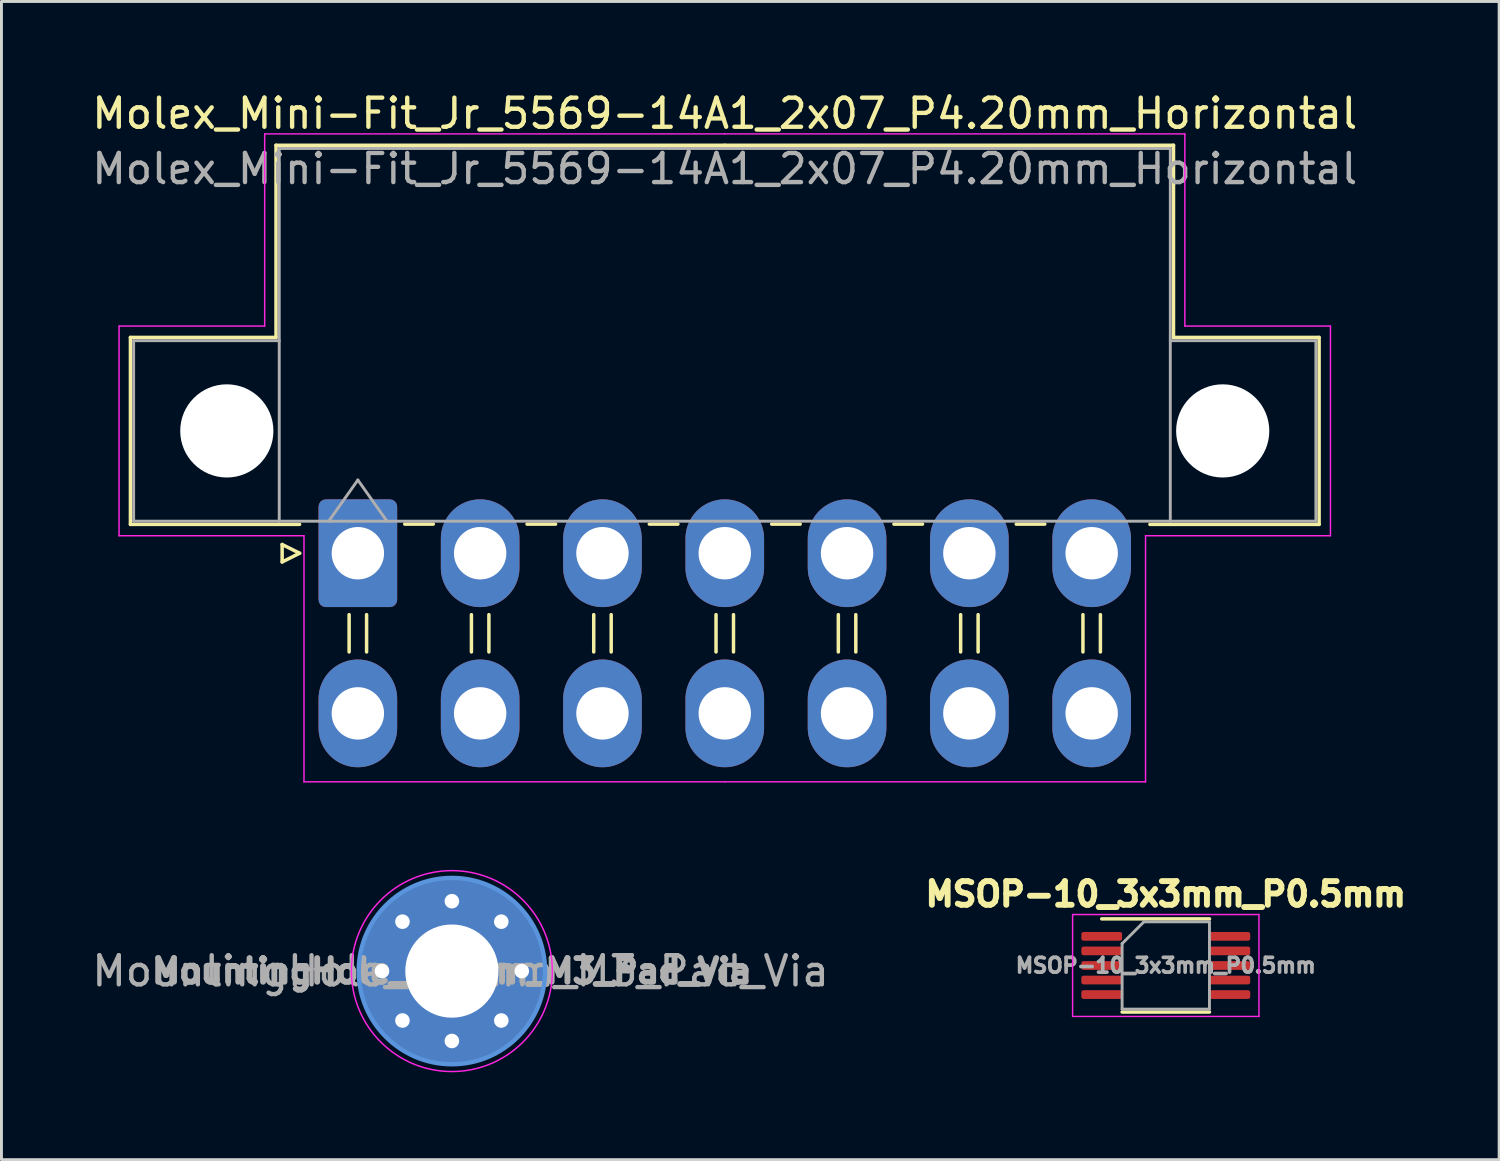
<source format=kicad_pcb>
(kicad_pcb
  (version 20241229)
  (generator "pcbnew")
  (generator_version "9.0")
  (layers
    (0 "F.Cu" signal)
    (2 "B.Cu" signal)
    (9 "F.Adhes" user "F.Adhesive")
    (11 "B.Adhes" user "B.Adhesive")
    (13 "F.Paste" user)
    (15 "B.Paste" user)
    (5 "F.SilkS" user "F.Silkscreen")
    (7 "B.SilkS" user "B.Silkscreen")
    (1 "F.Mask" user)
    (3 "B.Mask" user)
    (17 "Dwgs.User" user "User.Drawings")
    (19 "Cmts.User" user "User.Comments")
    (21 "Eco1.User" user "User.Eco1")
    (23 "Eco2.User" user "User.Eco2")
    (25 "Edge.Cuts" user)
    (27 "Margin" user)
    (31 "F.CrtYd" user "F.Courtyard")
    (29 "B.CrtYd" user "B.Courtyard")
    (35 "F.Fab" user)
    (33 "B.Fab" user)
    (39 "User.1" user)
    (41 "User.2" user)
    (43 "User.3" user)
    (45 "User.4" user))
  (footprint "Molex_Mini-Fit_Jr_5569-14A1_2x07_P4.20mm_Horizontal"
    (layer "F.Cu")
    (at 21.839 15.948)
    (property "Reference" "Molex_Mini-Fit_Jr_5569-14A1_2x07_P4.20mm_Horizontal" (at 0 -15.1 0) (layer "F.SilkS") (effects (font (size 1 1) (thickness 0.15))))
    (attr through_hole)
    (fp_line (start -20.41 -7.41) (end -20.41 -0.99) (stroke (width 0.12) (type solid)) (layer "F.SilkS"))
    (fp_line (start -20.41 -0.99) (end -14.6 -0.99) (stroke (width 0.12) (type solid)) (layer "F.SilkS"))
    (fp_line (start -15.41 -14.01) (end -15.41 -7.41) (stroke (width 0.12) (type solid)) (layer "F.SilkS"))
    (fp_line (start -15.41 -7.41) (end -20.41 -7.41) (stroke (width 0.12) (type solid)) (layer "F.SilkS"))
    (fp_line (start -15.2 -0.3) (end -14.6 0) (stroke (width 0.12) (type solid)) (layer "F.SilkS"))
    (fp_line (start -15.2 0.3) (end -15.2 -0.3) (stroke (width 0.12) (type solid)) (layer "F.SilkS"))
    (fp_line (start -14.6 0) (end -15.2 0.3) (stroke (width 0.12) (type solid)) (layer "F.SilkS"))
    (fp_line (start -12.9 2.11) (end -12.9 3.39) (stroke (width 0.12) (type solid)) (layer "F.SilkS"))
    (fp_line (start -12.3 2.11) (end -12.3 3.39) (stroke (width 0.12) (type solid)) (layer "F.SilkS"))
    (fp_line (start -10.99 -1) (end -10.01 -1) (stroke (width 0.12) (type solid)) (layer "F.SilkS"))
    (fp_line (start -8.7 2.11) (end -8.7 3.39) (stroke (width 0.12) (type solid)) (layer "F.SilkS"))
    (fp_line (start -8.1 2.11) (end -8.1 3.39) (stroke (width 0.12) (type solid)) (layer "F.SilkS"))
    (fp_line (start -6.79 -1) (end -5.81 -1) (stroke (width 0.12) (type solid)) (layer "F.SilkS"))
    (fp_line (start -4.5 2.11) (end -4.5 3.39) (stroke (width 0.12) (type solid)) (layer "F.SilkS"))
    (fp_line (start -3.9 2.11) (end -3.9 3.39) (stroke (width 0.12) (type solid)) (layer "F.SilkS"))
    (fp_line (start -2.59 -1) (end -1.61 -1) (stroke (width 0.12) (type solid)) (layer "F.SilkS"))
    (fp_line (start -0.3 2.11) (end -0.3 3.39) (stroke (width 0.12) (type solid)) (layer "F.SilkS"))
    (fp_line (start 0 -14.01) (end -15.41 -14.01) (stroke (width 0.12) (type solid)) (layer "F.SilkS"))
    (fp_line (start 0 -14.01) (end 15.41 -14.01) (stroke (width 0.12) (type solid)) (layer "F.SilkS"))
    (fp_line (start 0.3 2.11) (end 0.3 3.39) (stroke (width 0.12) (type solid)) (layer "F.SilkS"))
    (fp_line (start 1.61 -1) (end 2.59 -1) (stroke (width 0.12) (type solid)) (layer "F.SilkS"))
    (fp_line (start 3.9 2.11) (end 3.9 3.39) (stroke (width 0.12) (type solid)) (layer "F.SilkS"))
    (fp_line (start 4.5 2.11) (end 4.5 3.39) (stroke (width 0.12) (type solid)) (layer "F.SilkS"))
    (fp_line (start 5.81 -1) (end 6.79 -1) (stroke (width 0.12) (type solid)) (layer "F.SilkS"))
    (fp_line (start 8.1 2.11) (end 8.1 3.39) (stroke (width 0.12) (type solid)) (layer "F.SilkS"))
    (fp_line (start 8.7 2.11) (end 8.7 3.39) (stroke (width 0.12) (type solid)) (layer "F.SilkS"))
    (fp_line (start 10.01 -1) (end 10.99 -1) (stroke (width 0.12) (type solid)) (layer "F.SilkS"))
    (fp_line (start 12.3 2.11) (end 12.3 3.39) (stroke (width 0.12) (type solid)) (layer "F.SilkS"))
    (fp_line (start 12.9 2.11) (end 12.9 3.39) (stroke (width 0.12) (type solid)) (layer "F.SilkS"))
    (fp_line (start 15.41 -14.01) (end 15.41 -7.41) (stroke (width 0.12) (type solid)) (layer "F.SilkS"))
    (fp_line (start 15.41 -7.41) (end 20.41 -7.41) (stroke (width 0.12) (type solid)) (layer "F.SilkS"))
    (fp_line (start 20.41 -7.41) (end 20.41 -0.99) (stroke (width 0.12) (type solid)) (layer "F.SilkS"))
    (fp_line (start 20.41 -0.99) (end 14.6 -0.99) (stroke (width 0.12) (type solid)) (layer "F.SilkS"))
    (fp_line (start -20.8 -7.8) (end -20.8 -0.6) (stroke (width 0.05) (type solid)) (layer "F.CrtYd"))
    (fp_line (start -20.8 -0.6) (end -14.45 -0.6) (stroke (width 0.05) (type solid)) (layer "F.CrtYd"))
    (fp_line (start -15.8 -14.4) (end -15.8 -7.8) (stroke (width 0.05) (type solid)) (layer "F.CrtYd"))
    (fp_line (start -15.8 -7.8) (end -20.8 -7.8) (stroke (width 0.05) (type solid)) (layer "F.CrtYd"))
    (fp_line (start -14.45 -0.6) (end -14.45 7.85) (stroke (width 0.05) (type solid)) (layer "F.CrtYd"))
    (fp_line (start -14.45 7.85) (end 0 7.85) (stroke (width 0.05) (type solid)) (layer "F.CrtYd"))
    (fp_line (start 0 -14.4) (end -15.8 -14.4) (stroke (width 0.05) (type solid)) (layer "F.CrtYd"))
    (fp_line (start 0 -14.4) (end 15.8 -14.4) (stroke (width 0.05) (type solid)) (layer "F.CrtYd"))
    (fp_line (start 14.45 -0.6) (end 14.45 7.85) (stroke (width 0.05) (type solid)) (layer "F.CrtYd"))
    (fp_line (start 14.45 7.85) (end 0 7.85) (stroke (width 0.05) (type solid)) (layer "F.CrtYd"))
    (fp_line (start 15.8 -14.4) (end 15.8 -7.8) (stroke (width 0.05) (type solid)) (layer "F.CrtYd"))
    (fp_line (start 15.8 -7.8) (end 20.8 -7.8) (stroke (width 0.05) (type solid)) (layer "F.CrtYd"))
    (fp_line (start 20.8 -7.8) (end 20.8 -0.6) (stroke (width 0.05) (type solid)) (layer "F.CrtYd"))
    (fp_line (start 20.8 -0.6) (end 14.45 -0.6) (stroke (width 0.05) (type solid)) (layer "F.CrtYd"))
    (fp_line (start -20.3 -7.3) (end -20.3 -1.1) (stroke (width 0.1) (type solid)) (layer "F.Fab"))
    (fp_line (start -20.3 -1.1) (end -15.3 -1.1) (stroke (width 0.1) (type solid)) (layer "F.Fab"))
    (fp_line (start -15.3 -13.9) (end -15.3 -1.1) (stroke (width 0.1) (type solid)) (layer "F.Fab"))
    (fp_line (start -15.3 -7.3) (end -20.3 -7.3) (stroke (width 0.1) (type solid)) (layer "F.Fab"))
    (fp_line (start -15.3 -1.1) (end 15.3 -1.1) (stroke (width 0.1) (type solid)) (layer "F.Fab"))
    (fp_line (start -13.6 -1.1) (end -12.6 -2.514) (stroke (width 0.1) (type solid)) (layer "F.Fab"))
    (fp_line (start -12.6 -2.514) (end -11.6 -1.1) (stroke (width 0.1) (type solid)) (layer "F.Fab"))
    (fp_line (start 15.3 -13.9) (end -15.3 -13.9) (stroke (width 0.1) (type solid)) (layer "F.Fab"))
    (fp_line (start 15.3 -7.3) (end 20.3 -7.3) (stroke (width 0.1) (type solid)) (layer "F.Fab"))
    (fp_line (start 15.3 -1.1) (end 15.3 -13.9) (stroke (width 0.1) (type solid)) (layer "F.Fab"))
    (fp_line (start 20.3 -7.3) (end 20.3 -1.1) (stroke (width 0.1) (type solid)) (layer "F.Fab"))
    (fp_line (start 20.3 -1.1) (end 15.3 -1.1) (stroke (width 0.1) (type solid)) (layer "F.Fab"))
    (fp_text user "${REFERENCE}" (at 0 -13.2 0) (layer "F.Fab") (effects (font (size 1 1) (thickness 0.15))))
    (pad "" np_thru_hole circle (at -17.1 -4.2) (size 3.2 3.2) (drill 3.2) (layers "*.Cu" "*.Mask"))
    (pad "" np_thru_hole circle (at 17.1 -4.2) (size 3.2 3.2) (drill 3.2) (layers "*.Cu" "*.Mask"))
    (pad "1" thru_hole roundrect (at -12.6 0) (size 2.7 3.7) (drill 1.8) (layers "*.Cu" "*.Mask") (roundrect_rratio 0.093))
    (pad "2" thru_hole oval (at -8.4 0) (size 2.7 3.7) (drill 1.8) (layers "*.Cu" "*.Mask"))
    (pad "3" thru_hole oval (at -4.2 0) (size 2.7 3.7) (drill 1.8) (layers "*.Cu" "*.Mask"))
    (pad "4" thru_hole oval (at 0 0) (size 2.7 3.7) (drill 1.8) (layers "*.Cu" "*.Mask"))
    (pad "5" thru_hole oval (at 4.2 0) (size 2.7 3.7) (drill 1.8) (layers "*.Cu" "*.Mask"))
    (pad "6" thru_hole oval (at 8.4 0) (size 2.7 3.7) (drill 1.8) (layers "*.Cu" "*.Mask"))
    (pad "7" thru_hole oval (at 12.6 0) (size 2.7 3.7) (drill 1.8) (layers "*.Cu" "*.Mask"))
    (pad "8" thru_hole oval (at -12.6 5.5) (size 2.7 3.7) (drill 1.8) (layers "*.Cu" "*.Mask"))
    (pad "9" thru_hole oval (at -8.4 5.5) (size 2.7 3.7) (drill 1.8) (layers "*.Cu" "*.Mask"))
    (pad "10" thru_hole oval (at -4.2 5.5) (size 2.7 3.7) (drill 1.8) (layers "*.Cu" "*.Mask"))
    (pad "11" thru_hole oval (at 0 5.5) (size 2.7 3.7) (drill 1.8) (layers "*.Cu" "*.Mask"))
    (pad "12" thru_hole oval (at 4.2 5.5) (size 2.7 3.7) (drill 1.8) (layers "*.Cu" "*.Mask"))
    (pad "13" thru_hole oval (at 8.4 5.5) (size 2.7 3.7) (drill 1.8) (layers "*.Cu" "*.Mask"))
    (pad "14" thru_hole oval (at 12.6 5.5) (size 2.7 3.7) (drill 1.8) (layers "*.Cu" "*.Mask")))
  (footprint "MSOP-10_3x3mm_P0.5mm"
    (layer "F.Cu")
    (at 36.984 30.105)
    (property "Reference" "MSOP-10_3x3mm_P0.5mm" (at 0 -2.45 0) (layer "F.SilkS") (effects (font (size 0.813 0.813) (thickness 0.203) (bold yes))))
    (attr smd)
    (fp_line (start 1.5 -1.6) (end -2.2 -1.6) (stroke (width 0.12) (type solid)) (layer "F.SilkS"))
    (fp_line (start 1.5 1.6) (end -1.5 1.6) (stroke (width 0.12) (type solid)) (layer "F.SilkS"))
    (fp_line (start -3.2 -1.75) (end -3.2 1.75) (stroke (width 0.05) (type solid)) (layer "F.CrtYd"))
    (fp_line (start -3.2 1.75) (end 3.2 1.75) (stroke (width 0.05) (type solid)) (layer "F.CrtYd"))
    (fp_line (start 3.2 -1.75) (end -3.2 -1.75) (stroke (width 0.05) (type solid)) (layer "F.CrtYd"))
    (fp_line (start 3.2 1.75) (end 3.2 -1.75) (stroke (width 0.05) (type solid)) (layer "F.CrtYd"))
    (fp_line (start -1.5 -0.75) (end -0.75 -1.5) (stroke (width 0.1) (type solid)) (layer "F.Fab"))
    (fp_line (start -1.5 1.5) (end -1.5 -0.75) (stroke (width 0.1) (type solid)) (layer "F.Fab"))
    (fp_line (start -0.75 -1.5) (end 1.5 -1.5) (stroke (width 0.1) (type solid)) (layer "F.Fab"))
    (fp_line (start 1.5 -1.5) (end 1.5 1.5) (stroke (width 0.1) (type solid)) (layer "F.Fab"))
    (fp_line (start 1.5 1.5) (end -1.5 1.5) (stroke (width 0.1) (type solid)) (layer "F.Fab"))
    (fp_text user "${REFERENCE}" (at 0 0 0) (layer "F.Fab") (effects (font (size 0.508 0.508) (thickness 0.127) (bold yes))))
    (pad "1" smd roundrect (at -2.2 -1) (size 1.4 0.3) (layers "F.Cu" "F.Mask" "F.Paste") (roundrect_rratio 0.25))
    (pad "2" smd roundrect (at -2.2 -0.5) (size 1.4 0.3) (layers "F.Cu" "F.Mask" "F.Paste") (roundrect_rratio 0.25))
    (pad "3" smd roundrect (at -2.2 0) (size 1.4 0.3) (layers "F.Cu" "F.Mask" "F.Paste") (roundrect_rratio 0.25))
    (pad "4" smd roundrect (at -2.2 0.5) (size 1.4 0.3) (layers "F.Cu" "F.Mask" "F.Paste") (roundrect_rratio 0.25))
    (pad "5" smd roundrect (at -2.2 1) (size 1.4 0.3) (layers "F.Cu" "F.Mask" "F.Paste") (roundrect_rratio 0.25))
    (pad "6" smd roundrect (at 2.2 1) (size 1.4 0.3) (layers "F.Cu" "F.Mask" "F.Paste") (roundrect_rratio 0.25))
    (pad "7" smd roundrect (at 2.2 0.5) (size 1.4 0.3) (layers "F.Cu" "F.Mask" "F.Paste") (roundrect_rratio 0.25))
    (pad "8" smd roundrect (at 2.2 0) (size 1.4 0.3) (layers "F.Cu" "F.Mask" "F.Paste") (roundrect_rratio 0.25))
    (pad "9" smd roundrect (at 2.2 -0.5) (size 1.4 0.3) (layers "F.Cu" "F.Mask" "F.Paste") (roundrect_rratio 0.25))
    (pad "10" smd roundrect (at 2.2 -1) (size 1.4 0.3) (layers "F.Cu" "F.Mask" "F.Paste") (roundrect_rratio 0.25)))
  (footprint "MountingHole_3.2mm_M3_Pad_Via"
    (layer "F.Cu")
    (at 12.468 30.298)
    (property "Reference" "MountingHole_3.2mm_M3_Pad_Via" (at 0 0 0) (layer "F.Fab") (effects (font (size 0.813 0.813) (thickness 0.203))))
    (attr exclude_from_pos_files exclude_from_bom)
    (fp_circle (center 0 0) (end 3.2 0) (stroke (width 0.15) (type solid)) (fill no) (layer "Cmts.User"))
    (fp_circle (center 0 0) (end 3.45 0) (stroke (width 0.05) (type solid)) (fill no) (layer "F.CrtYd"))
    (fp_text user "${REFERENCE}" (at 0.3 0 0) (layer "F.Fab") (effects (font (size 1 1) (thickness 0.15))))
    (pad "1" thru_hole circle (at -2.4 0) (size 0.8 0.8) (drill 0.5) (layers "*.Cu" "*.Mask"))
    (pad "1" thru_hole circle (at -1.697 -1.697) (size 0.8 0.8) (drill 0.5) (layers "*.Cu" "*.Mask"))
    (pad "1" thru_hole circle (at -1.697 1.697) (size 0.8 0.8) (drill 0.5) (layers "*.Cu" "*.Mask"))
    (pad "1" thru_hole circle (at 0 -2.4) (size 0.8 0.8) (drill 0.5) (layers "*.Cu" "*.Mask"))
    (pad "1" thru_hole circle (at 0 0) (size 6.4 6.4) (drill 3.2) (layers "*.Cu" "*.Mask"))
    (pad "1" thru_hole circle (at 0 2.4) (size 0.8 0.8) (drill 0.5) (layers "*.Cu" "*.Mask"))
    (pad "1" thru_hole circle (at 1.697 -1.697) (size 0.8 0.8) (drill 0.5) (layers "*.Cu" "*.Mask"))
    (pad "1" thru_hole circle (at 1.697 1.697) (size 0.8 0.8) (drill 0.5) (layers "*.Cu" "*.Mask"))
    (pad "1" thru_hole circle (at 2.4 0) (size 0.8 0.8) (drill 0.5) (layers "*.Cu" "*.Mask")))
  (gr_rect
    (start -3 -3)
    (end 48.432 36.773)
    (stroke (width 0.1) (type default))
    (fill no)
    (layer "Edge.Cuts")))
</source>
